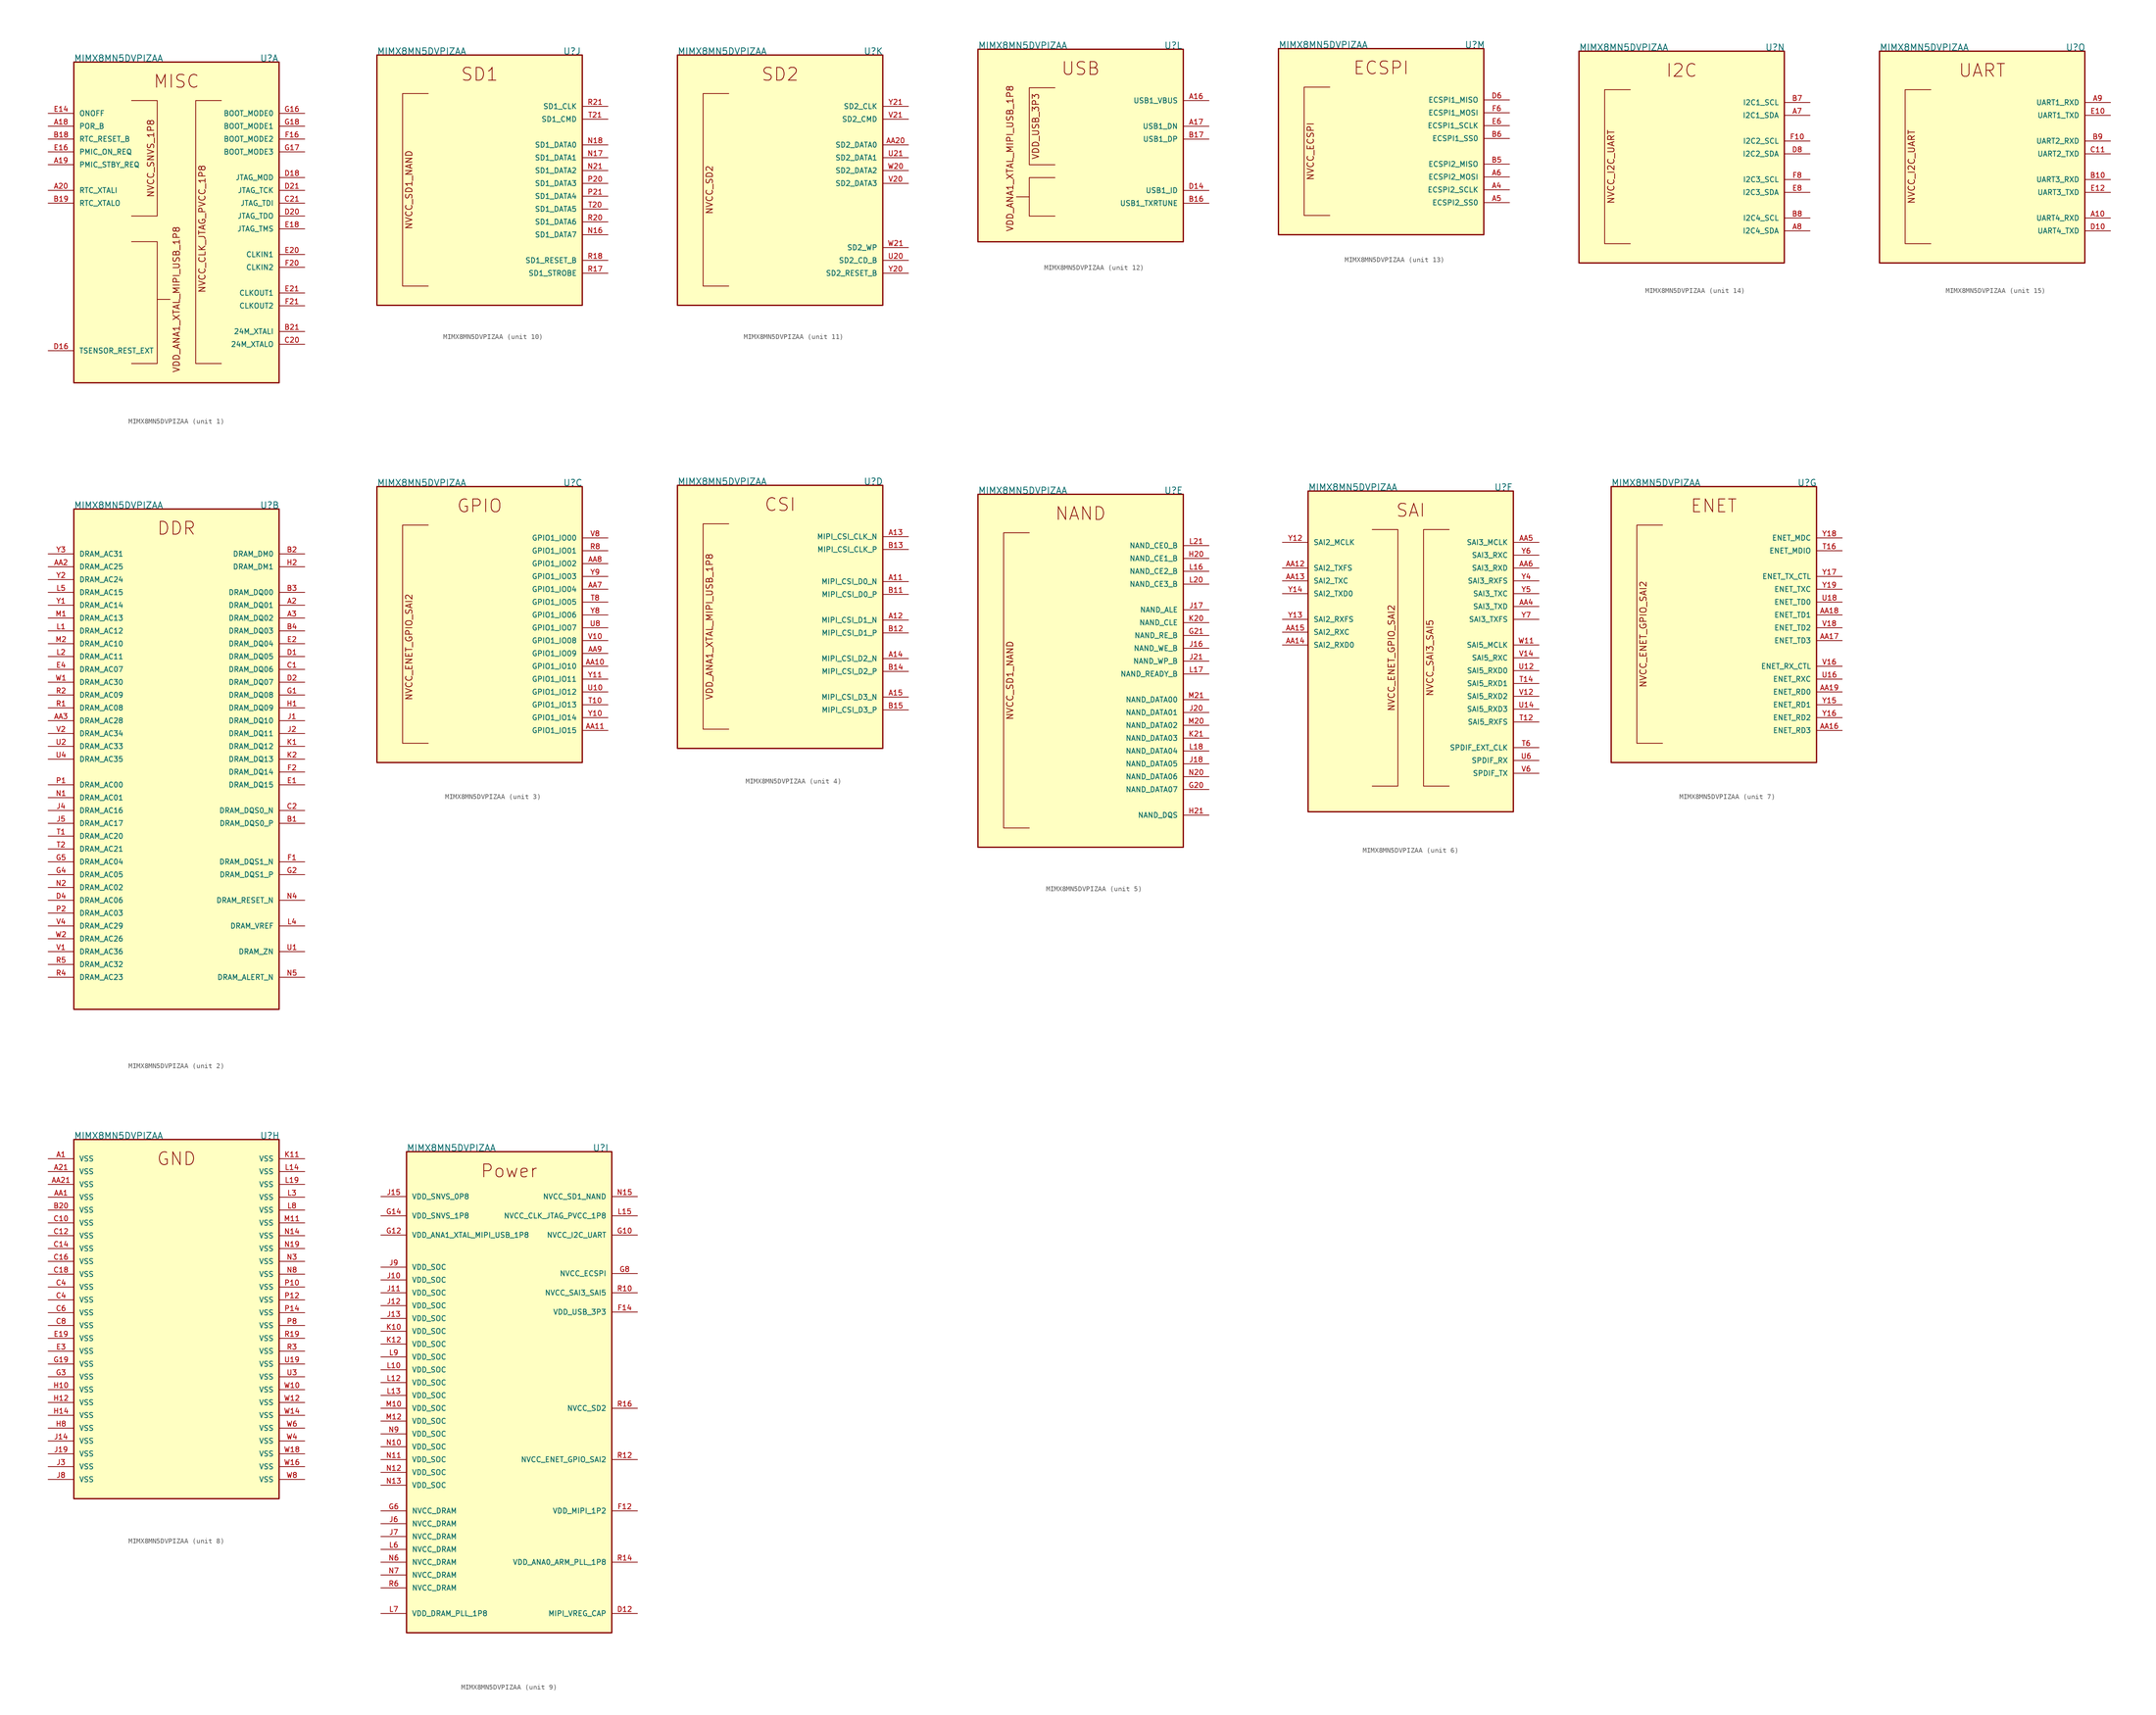
<source format=kicad_sym>
(kicad_symbol_lib
  (version 20211014)
  (generator kicad_symbol_editor)
  (symbol "MIMX8MN5DVPIZAA"
    (pin_names
      (offset 1.016))
    (property "Reference" "U"
      (at 16.51 13.97 0)
      (effects (font (size 1.27 1.27)) (justify left bottom)))
    (property "Value" "MIMX8MN5DVPIZAA"
      (at -20.32 13.97 0)
      (effects (font (size 1.27 1.27)) (justify left bottom)))
    (property "ki_locked" ""
      (at 0 0 0)
      (effects (font (size 1.27 1.27))))
    (symbol "MIMX8MN5DVPIZAA_1_0"
      (rectangle (start -20.32 13.97) (end 20.32 -49.53) (stroke (width 0.254) (type default) (color 0 0 0 0)) (fill (type background)))
      (polyline (pts (xy -3.81 -33.02) (xy -1.27 -33.02)) (stroke (width 0.152) (type default) (color 0 0 0 0)) (fill (type none)))
      (text "MISC" (at 0 10.16 0) (effects (font (size 2.54 2.54))))
      (text "NVCC_CLK_JTAG_PVCC_1P8" (at 5.08 -19.05 900) (effects (font (size 1.27 1.27))))
      (text "NVCC_SNVS_1P8" (at -5.08 -5.08 900) (effects (font (size 1.27 1.27))))
      (text "VDD_ANA1_XTAL_MIPI_USB_1P8" (at 0 -33.02 900) (effects (font (size 1.27 1.27))))
      (pin bidirectional line (at -25.4 1.27 0) (length 5.08) (name "POR_B" (effects (font (size 1.016 1.016)))) (number "A18" (effects (font (size 1.016 1.016)))))
      (pin bidirectional line (at -25.4 -6.35 0) (length 5.08) (name "PMIC_STBY_REQ" (effects (font (size 1.016 1.016)))) (number "A19" (effects (font (size 1.016 1.016)))))
      (pin input line (at -25.4 -11.43 0) (length 5.08) (name "RTC_XTALI" (effects (font (size 1.016 1.016)))) (number "A20" (effects (font (size 1.016 1.016)))))
      (pin bidirectional line (at -25.4 -1.27 0) (length 5.08) (name "RTC_RESET_B" (effects (font (size 1.016 1.016)))) (number "B18" (effects (font (size 1.016 1.016)))))
      (pin output line (at -25.4 -13.97 0) (length 5.08) (name "RTC_XTALO" (effects (font (size 1.016 1.016)))) (number "B19" (effects (font (size 1.016 1.016)))))
      (pin input line (at 25.4 -39.37 180) (length 5.08) (name "24M_XTALI" (effects (font (size 1.016 1.016)))) (number "B21" (effects (font (size 1.016 1.016)))))
      (pin output line (at 25.4 -41.91 180) (length 5.08) (name "24M_XTALO" (effects (font (size 1.016 1.016)))) (number "C20" (effects (font (size 1.016 1.016)))))
      (pin bidirectional line (at 25.4 -13.97 180) (length 5.08) (name "JTAG_TDI" (effects (font (size 1.016 1.016)))) (number "C21" (effects (font (size 1.016 1.016)))))
      (pin passive line (at -25.4 -43.18 0) (length 5.08) (name "TSENSOR_REST_EXT" (effects (font (size 1.016 1.016)))) (number "D16" (effects (font (size 1.016 1.016)))))
      (pin bidirectional line (at 25.4 -8.89 180) (length 5.08) (name "JTAG_MOD" (effects (font (size 1.016 1.016)))) (number "D18" (effects (font (size 1.016 1.016)))))
      (pin bidirectional line (at 25.4 -16.51 180) (length 5.08) (name "JTAG_TDO" (effects (font (size 1.016 1.016)))) (number "D20" (effects (font (size 1.016 1.016)))))
      (pin bidirectional line (at 25.4 -11.43 180) (length 5.08) (name "JTAG_TCK" (effects (font (size 1.016 1.016)))) (number "D21" (effects (font (size 1.016 1.016)))))
      (pin bidirectional line (at -25.4 3.81 0) (length 5.08) (name "ONOFF" (effects (font (size 1.016 1.016)))) (number "E14" (effects (font (size 1.016 1.016)))))
      (pin bidirectional line (at -25.4 -3.81 0) (length 5.08) (name "PMIC_ON_REQ" (effects (font (size 1.016 1.016)))) (number "E16" (effects (font (size 1.016 1.016)))))
      (pin bidirectional line (at 25.4 -19.05 180) (length 5.08) (name "JTAG_TMS" (effects (font (size 1.016 1.016)))) (number "E18" (effects (font (size 1.016 1.016)))))
      (pin bidirectional line (at 25.4 -24.13 180) (length 5.08) (name "CLKIN1" (effects (font (size 1.016 1.016)))) (number "E20" (effects (font (size 1.016 1.016)))))
      (pin bidirectional line (at 25.4 -31.75 180) (length 5.08) (name "CLKOUT1" (effects (font (size 1.016 1.016)))) (number "E21" (effects (font (size 1.016 1.016)))))
      (pin bidirectional line (at 25.4 -1.27 180) (length 5.08) (name "BOOT_MODE2" (effects (font (size 1.016 1.016)))) (number "F16" (effects (font (size 1.016 1.016)))))
      (pin bidirectional line (at 25.4 -26.67 180) (length 5.08) (name "CLKIN2" (effects (font (size 1.016 1.016)))) (number "F20" (effects (font (size 1.016 1.016)))))
      (pin bidirectional line (at 25.4 -34.29 180) (length 5.08) (name "CLKOUT2" (effects (font (size 1.016 1.016)))) (number "F21" (effects (font (size 1.016 1.016)))))
      (pin bidirectional line (at 25.4 3.81 180) (length 5.08) (name "BOOT_MODE0" (effects (font (size 1.016 1.016)))) (number "G16" (effects (font (size 1.016 1.016)))))
      (pin bidirectional line (at 25.4 -3.81 180) (length 5.08) (name "BOOT_MODE3" (effects (font (size 1.016 1.016)))) (number "G17" (effects (font (size 1.016 1.016)))))
      (pin bidirectional line (at 25.4 1.27 180) (length 5.08) (name "BOOT_MODE1" (effects (font (size 1.016 1.016)))) (number "G18" (effects (font (size 1.016 1.016))))))
    (symbol "MIMX8MN5DVPIZAA_1_1"
      (polyline (pts (xy -8.89 -21.59) (xy -3.81 -21.59) (xy -3.81 -45.72) (xy -8.89 -45.72)) (stroke (width 0.152) (type default) (color 0 0 0 0)) (fill (type none)))
      (polyline (pts (xy -8.89 6.35) (xy -3.81 6.35) (xy -3.81 -16.51) (xy -8.89 -16.51)) (stroke (width 0.152) (type default) (color 0 0 0 0)) (fill (type none)))
      (polyline (pts (xy 8.89 6.35) (xy 3.81 6.35) (xy 3.81 -45.72) (xy 8.89 -45.72)) (stroke (width 0.152) (type default) (color 0 0 0 0)) (fill (type none))))
    (symbol "MIMX8MN5DVPIZAA_2_0"
      (rectangle (start -20.32 -85.09) (end 20.32 13.97) (stroke (width 0.254) (type default) (color 0 0 0 0)) (fill (type background)))
      (text "DDR" (at 0 10.16 0) (effects (font (size 2.54 2.54))))
      (pin bidirectional line (at 25.4 -5.08 180) (length 5.08) (name "DRAM_DQ01" (effects (font (size 1.016 1.016)))) (number "A2" (effects (font (size 1.016 1.016)))))
      (pin bidirectional line (at 25.4 -7.62 180) (length 5.08) (name "DRAM_DQ02" (effects (font (size 1.016 1.016)))) (number "A3" (effects (font (size 1.016 1.016)))))
      (pin bidirectional line (at -25.4 2.54 0) (length 5.08) (name "DRAM_AC25" (effects (font (size 1.016 1.016)))) (number "AA2" (effects (font (size 1.016 1.016)))))
      (pin bidirectional line (at -25.4 -27.94 0) (length 5.08) (name "DRAM_AC28" (effects (font (size 1.016 1.016)))) (number "AA3" (effects (font (size 1.016 1.016)))))
      (pin bidirectional line (at 25.4 -48.26 180) (length 5.08) (name "DRAM_DQS0_P" (effects (font (size 1.016 1.016)))) (number "B1" (effects (font (size 1.016 1.016)))))
      (pin bidirectional line (at 25.4 5.08 180) (length 5.08) (name "DRAM_DM0" (effects (font (size 1.016 1.016)))) (number "B2" (effects (font (size 1.016 1.016)))))
      (pin bidirectional line (at 25.4 -2.54 180) (length 5.08) (name "DRAM_DQ00" (effects (font (size 1.016 1.016)))) (number "B3" (effects (font (size 1.016 1.016)))))
      (pin bidirectional line (at 25.4 -10.16 180) (length 5.08) (name "DRAM_DQ03" (effects (font (size 1.016 1.016)))) (number "B4" (effects (font (size 1.016 1.016)))))
      (pin bidirectional line (at 25.4 -17.78 180) (length 5.08) (name "DRAM_DQ06" (effects (font (size 1.016 1.016)))) (number "C1" (effects (font (size 1.016 1.016)))))
      (pin bidirectional line (at 25.4 -45.72 180) (length 5.08) (name "DRAM_DQS0_N" (effects (font (size 1.016 1.016)))) (number "C2" (effects (font (size 1.016 1.016)))))
      (pin bidirectional line (at 25.4 -15.24 180) (length 5.08) (name "DRAM_DQ05" (effects (font (size 1.016 1.016)))) (number "D1" (effects (font (size 1.016 1.016)))))
      (pin bidirectional line (at 25.4 -20.32 180) (length 5.08) (name "DRAM_DQ07" (effects (font (size 1.016 1.016)))) (number "D2" (effects (font (size 1.016 1.016)))))
      (pin bidirectional line (at -25.4 -63.5 0) (length 5.08) (name "DRAM_AC06" (effects (font (size 1.016 1.016)))) (number "D4" (effects (font (size 1.016 1.016)))))
      (pin bidirectional line (at 25.4 -40.64 180) (length 5.08) (name "DRAM_DQ15" (effects (font (size 1.016 1.016)))) (number "E1" (effects (font (size 1.016 1.016)))))
      (pin bidirectional line (at 25.4 -12.7 180) (length 5.08) (name "DRAM_DQ04" (effects (font (size 1.016 1.016)))) (number "E2" (effects (font (size 1.016 1.016)))))
      (pin bidirectional line (at -25.4 -17.78 0) (length 5.08) (name "DRAM_AC07" (effects (font (size 1.016 1.016)))) (number "E4" (effects (font (size 1.016 1.016)))))
      (pin bidirectional line (at 25.4 -55.88 180) (length 5.08) (name "DRAM_DQS1_N" (effects (font (size 1.016 1.016)))) (number "F1" (effects (font (size 1.016 1.016)))))
      (pin bidirectional line (at 25.4 -38.1 180) (length 5.08) (name "DRAM_DQ14" (effects (font (size 1.016 1.016)))) (number "F2" (effects (font (size 1.016 1.016)))))
      (pin bidirectional line (at 25.4 -22.86 180) (length 5.08) (name "DRAM_DQ08" (effects (font (size 1.016 1.016)))) (number "G1" (effects (font (size 1.016 1.016)))))
      (pin bidirectional line (at 25.4 -58.42 180) (length 5.08) (name "DRAM_DQS1_P" (effects (font (size 1.016 1.016)))) (number "G2" (effects (font (size 1.016 1.016)))))
      (pin bidirectional line (at -25.4 -58.42 0) (length 5.08) (name "DRAM_AC05" (effects (font (size 1.016 1.016)))) (number "G4" (effects (font (size 1.016 1.016)))))
      (pin bidirectional line (at -25.4 -55.88 0) (length 5.08) (name "DRAM_AC04" (effects (font (size 1.016 1.016)))) (number "G5" (effects (font (size 1.016 1.016)))))
      (pin bidirectional line (at 25.4 -25.4 180) (length 5.08) (name "DRAM_DQ09" (effects (font (size 1.016 1.016)))) (number "H1" (effects (font (size 1.016 1.016)))))
      (pin bidirectional line (at 25.4 2.54 180) (length 5.08) (name "DRAM_DM1" (effects (font (size 1.016 1.016)))) (number "H2" (effects (font (size 1.016 1.016)))))
      (pin bidirectional line (at 25.4 -27.94 180) (length 5.08) (name "DRAM_DQ10" (effects (font (size 1.016 1.016)))) (number "J1" (effects (font (size 1.016 1.016)))))
      (pin bidirectional line (at 25.4 -30.48 180) (length 5.08) (name "DRAM_DQ11" (effects (font (size 1.016 1.016)))) (number "J2" (effects (font (size 1.016 1.016)))))
      (pin bidirectional line (at -25.4 -45.72 0) (length 5.08) (name "DRAM_AC16" (effects (font (size 1.016 1.016)))) (number "J4" (effects (font (size 1.016 1.016)))))
      (pin bidirectional line (at -25.4 -48.26 0) (length 5.08) (name "DRAM_AC17" (effects (font (size 1.016 1.016)))) (number "J5" (effects (font (size 1.016 1.016)))))
      (pin bidirectional line (at 25.4 -33.02 180) (length 5.08) (name "DRAM_DQ12" (effects (font (size 1.016 1.016)))) (number "K1" (effects (font (size 1.016 1.016)))))
      (pin bidirectional line (at 25.4 -35.56 180) (length 5.08) (name "DRAM_DQ13" (effects (font (size 1.016 1.016)))) (number "K2" (effects (font (size 1.016 1.016)))))
      (pin bidirectional line (at -25.4 -10.16 0) (length 5.08) (name "DRAM_AC12" (effects (font (size 1.016 1.016)))) (number "L1" (effects (font (size 1.016 1.016)))))
      (pin bidirectional line (at -25.4 -15.24 0) (length 5.08) (name "DRAM_AC11" (effects (font (size 1.016 1.016)))) (number "L2" (effects (font (size 1.016 1.016)))))
      (pin bidirectional line (at 25.4 -68.58 180) (length 5.08) (name "DRAM_VREF" (effects (font (size 1.016 1.016)))) (number "L4" (effects (font (size 1.016 1.016)))))
      (pin bidirectional line (at -25.4 -2.54 0) (length 5.08) (name "DRAM_AC15" (effects (font (size 1.016 1.016)))) (number "L5" (effects (font (size 1.016 1.016)))))
      (pin bidirectional line (at -25.4 -7.62 0) (length 5.08) (name "DRAM_AC13" (effects (font (size 1.016 1.016)))) (number "M1" (effects (font (size 1.016 1.016)))))
      (pin bidirectional line (at -25.4 -12.7 0) (length 5.08) (name "DRAM_AC10" (effects (font (size 1.016 1.016)))) (number "M2" (effects (font (size 1.016 1.016)))))
      (pin bidirectional line (at -25.4 -43.18 0) (length 5.08) (name "DRAM_AC01" (effects (font (size 1.016 1.016)))) (number "N1" (effects (font (size 1.016 1.016)))))
      (pin bidirectional line (at -25.4 -60.96 0) (length 5.08) (name "DRAM_AC02" (effects (font (size 1.016 1.016)))) (number "N2" (effects (font (size 1.016 1.016)))))
      (pin bidirectional line (at 25.4 -63.5 180) (length 5.08) (name "DRAM_RESET_N" (effects (font (size 1.016 1.016)))) (number "N4" (effects (font (size 1.016 1.016)))))
      (pin bidirectional line (at 25.4 -78.74 180) (length 5.08) (name "DRAM_ALERT_N" (effects (font (size 1.016 1.016)))) (number "N5" (effects (font (size 1.016 1.016)))))
      (pin bidirectional line (at -25.4 -40.64 0) (length 5.08) (name "DRAM_AC00" (effects (font (size 1.016 1.016)))) (number "P1" (effects (font (size 1.016 1.016)))))
      (pin bidirectional line (at -25.4 -66.04 0) (length 5.08) (name "DRAM_AC03" (effects (font (size 1.016 1.016)))) (number "P2" (effects (font (size 1.016 1.016)))))
      (pin bidirectional line (at -25.4 -25.4 0) (length 5.08) (name "DRAM_AC08" (effects (font (size 1.016 1.016)))) (number "R1" (effects (font (size 1.016 1.016)))))
      (pin bidirectional line (at -25.4 -22.86 0) (length 5.08) (name "DRAM_AC09" (effects (font (size 1.016 1.016)))) (number "R2" (effects (font (size 1.016 1.016)))))
      (pin bidirectional line (at -25.4 -78.74 0) (length 5.08) (name "DRAM_AC23" (effects (font (size 1.016 1.016)))) (number "R4" (effects (font (size 1.016 1.016)))))
      (pin bidirectional line (at -25.4 -76.2 0) (length 5.08) (name "DRAM_AC32" (effects (font (size 1.016 1.016)))) (number "R5" (effects (font (size 1.016 1.016)))))
      (pin bidirectional line (at -25.4 -50.8 0) (length 5.08) (name "DRAM_AC20" (effects (font (size 1.016 1.016)))) (number "T1" (effects (font (size 1.016 1.016)))))
      (pin bidirectional line (at -25.4 -53.34 0) (length 5.08) (name "DRAM_AC21" (effects (font (size 1.016 1.016)))) (number "T2" (effects (font (size 1.016 1.016)))))
      (pin bidirectional line (at 25.4 -73.66 180) (length 5.08) (name "DRAM_ZN" (effects (font (size 1.016 1.016)))) (number "U1" (effects (font (size 1.016 1.016)))))
      (pin bidirectional line (at -25.4 -33.02 0) (length 5.08) (name "DRAM_AC33" (effects (font (size 1.016 1.016)))) (number "U2" (effects (font (size 1.016 1.016)))))
      (pin bidirectional line (at -25.4 -35.56 0) (length 5.08) (name "DRAM_AC35" (effects (font (size 1.016 1.016)))) (number "U4" (effects (font (size 1.016 1.016)))))
      (pin bidirectional line (at -25.4 -73.66 0) (length 5.08) (name "DRAM_AC36" (effects (font (size 1.016 1.016)))) (number "V1" (effects (font (size 1.016 1.016)))))
      (pin bidirectional line (at -25.4 -30.48 0) (length 5.08) (name "DRAM_AC34" (effects (font (size 1.016 1.016)))) (number "V2" (effects (font (size 1.016 1.016)))))
      (pin bidirectional line (at -25.4 -68.58 0) (length 5.08) (name "DRAM_AC29" (effects (font (size 1.016 1.016)))) (number "V4" (effects (font (size 1.016 1.016)))))
      (pin bidirectional line (at -25.4 -20.32 0) (length 5.08) (name "DRAM_AC30" (effects (font (size 1.016 1.016)))) (number "W1" (effects (font (size 1.016 1.016)))))
      (pin bidirectional line (at -25.4 -71.12 0) (length 5.08) (name "DRAM_AC26" (effects (font (size 1.016 1.016)))) (number "W2" (effects (font (size 1.016 1.016)))))
      (pin bidirectional line (at -25.4 -5.08 0) (length 5.08) (name "DRAM_AC14" (effects (font (size 1.016 1.016)))) (number "Y1" (effects (font (size 1.016 1.016)))))
      (pin bidirectional line (at -25.4 0 0) (length 5.08) (name "DRAM_AC24" (effects (font (size 1.016 1.016)))) (number "Y2" (effects (font (size 1.016 1.016)))))
      (pin bidirectional line (at -25.4 5.08 0) (length 5.08) (name "DRAM_AC31" (effects (font (size 1.016 1.016)))) (number "Y3" (effects (font (size 1.016 1.016))))))
    (symbol "MIMX8MN5DVPIZAA_3_0"
      (rectangle (start -20.32 13.97) (end 20.32 -40.64) (stroke (width 0.254) (type default) (color 0 0 0 0)) (fill (type background)))
      (text "GPIO" (at 0 10.16 0) (effects (font (size 2.54 2.54))))
      (text "NVCC_ENET_GPIO_SAI2" (at -13.97 -17.78 900) (effects (font (size 1.27 1.27))))
      (pin bidirectional line (at 25.4 -21.59 180) (length 5.08) (name "GPIO1_IO10" (effects (font (size 1.016 1.016)))) (number "AA10" (effects (font (size 1.016 1.016)))))
      (pin bidirectional line (at 25.4 -34.29 180) (length 5.08) (name "GPIO1_IO15" (effects (font (size 1.016 1.016)))) (number "AA11" (effects (font (size 1.016 1.016)))))
      (pin bidirectional line (at 25.4 -6.35 180) (length 5.08) (name "GPIO1_IO04" (effects (font (size 1.016 1.016)))) (number "AA7" (effects (font (size 1.016 1.016)))))
      (pin bidirectional line (at 25.4 -1.27 180) (length 5.08) (name "GPIO1_IO02" (effects (font (size 1.016 1.016)))) (number "AA8" (effects (font (size 1.016 1.016)))))
      (pin bidirectional line (at 25.4 -19.05 180) (length 5.08) (name "GPIO1_IO09" (effects (font (size 1.016 1.016)))) (number "AA9" (effects (font (size 1.016 1.016)))))
      (pin bidirectional line (at 25.4 1.27 180) (length 5.08) (name "GPIO1_IO01" (effects (font (size 1.016 1.016)))) (number "R8" (effects (font (size 1.016 1.016)))))
      (pin bidirectional line (at 25.4 -29.21 180) (length 5.08) (name "GPIO1_IO13" (effects (font (size 1.016 1.016)))) (number "T10" (effects (font (size 1.016 1.016)))))
      (pin bidirectional line (at 25.4 -8.89 180) (length 5.08) (name "GPIO1_IO05" (effects (font (size 1.016 1.016)))) (number "T8" (effects (font (size 1.016 1.016)))))
      (pin bidirectional line (at 25.4 -26.67 180) (length 5.08) (name "GPIO1_IO12" (effects (font (size 1.016 1.016)))) (number "U10" (effects (font (size 1.016 1.016)))))
      (pin bidirectional line (at 25.4 -13.97 180) (length 5.08) (name "GPIO1_IO07" (effects (font (size 1.016 1.016)))) (number "U8" (effects (font (size 1.016 1.016)))))
      (pin bidirectional line (at 25.4 -16.51 180) (length 5.08) (name "GPIO1_IO08" (effects (font (size 1.016 1.016)))) (number "V10" (effects (font (size 1.016 1.016)))))
      (pin bidirectional line (at 25.4 3.81 180) (length 5.08) (name "GPIO1_IO00" (effects (font (size 1.016 1.016)))) (number "V8" (effects (font (size 1.016 1.016)))))
      (pin bidirectional line (at 25.4 -31.75 180) (length 5.08) (name "GPIO1_IO14" (effects (font (size 1.016 1.016)))) (number "Y10" (effects (font (size 1.016 1.016)))))
      (pin bidirectional line (at 25.4 -24.13 180) (length 5.08) (name "GPIO1_IO11" (effects (font (size 1.016 1.016)))) (number "Y11" (effects (font (size 1.016 1.016)))))
      (pin bidirectional line (at 25.4 -11.43 180) (length 5.08) (name "GPIO1_IO06" (effects (font (size 1.016 1.016)))) (number "Y8" (effects (font (size 1.016 1.016)))))
      (pin bidirectional line (at 25.4 -3.81 180) (length 5.08) (name "GPIO1_IO03" (effects (font (size 1.016 1.016)))) (number "Y9" (effects (font (size 1.016 1.016))))))
    (symbol "MIMX8MN5DVPIZAA_3_1"
      (polyline (pts (xy -10.16 6.35) (xy -15.24 6.35) (xy -15.24 -36.83) (xy -10.16 -36.83)) (stroke (width 0.152) (type default) (color 0 0 0 0)) (fill (type none))))
    (symbol "MIMX8MN5DVPIZAA_4_0"
      (rectangle (start -20.32 13.97) (end 20.32 -38.1) (stroke (width 0.254) (type default) (color 0 0 0 0)) (fill (type background)))
      (text "CSI" (at 0 10.16 0) (effects (font (size 2.54 2.54))))
      (text "VDD_ANA1_XTAL_MIPI_USB_1P8" (at -13.97 -13.97 900) (effects (font (size 1.27 1.27))))
      (pin bidirectional line (at 25.4 -5.08 180) (length 5.08) (name "MIPI_CSI_D0_N" (effects (font (size 1.016 1.016)))) (number "A11" (effects (font (size 1.016 1.016)))))
      (pin bidirectional line (at 25.4 -12.7 180) (length 5.08) (name "MIPI_CSI_D1_N" (effects (font (size 1.016 1.016)))) (number "A12" (effects (font (size 1.016 1.016)))))
      (pin bidirectional line (at 25.4 3.81 180) (length 5.08) (name "MIPI_CSI_CLK_N" (effects (font (size 1.016 1.016)))) (number "A13" (effects (font (size 1.016 1.016)))))
      (pin bidirectional line (at 25.4 -20.32 180) (length 5.08) (name "MIPI_CSI_D2_N" (effects (font (size 1.016 1.016)))) (number "A14" (effects (font (size 1.016 1.016)))))
      (pin bidirectional line (at 25.4 -27.94 180) (length 5.08) (name "MIPI_CSI_D3_N" (effects (font (size 1.016 1.016)))) (number "A15" (effects (font (size 1.016 1.016)))))
      (pin bidirectional line (at 25.4 -7.62 180) (length 5.08) (name "MIPI_CSI_D0_P" (effects (font (size 1.016 1.016)))) (number "B11" (effects (font (size 1.016 1.016)))))
      (pin bidirectional line (at 25.4 -15.24 180) (length 5.08) (name "MIPI_CSI_D1_P" (effects (font (size 1.016 1.016)))) (number "B12" (effects (font (size 1.016 1.016)))))
      (pin bidirectional line (at 25.4 1.27 180) (length 5.08) (name "MIPI_CSI_CLK_P" (effects (font (size 1.016 1.016)))) (number "B13" (effects (font (size 1.016 1.016)))))
      (pin bidirectional line (at 25.4 -22.86 180) (length 5.08) (name "MIPI_CSI_D2_P" (effects (font (size 1.016 1.016)))) (number "B14" (effects (font (size 1.016 1.016)))))
      (pin bidirectional line (at 25.4 -30.48 180) (length 5.08) (name "MIPI_CSI_D3_P" (effects (font (size 1.016 1.016)))) (number "B15" (effects (font (size 1.016 1.016))))))
    (symbol "MIMX8MN5DVPIZAA_4_1"
      (polyline (pts (xy -10.16 6.35) (xy -15.24 6.35) (xy -15.24 -34.29) (xy -10.16 -34.29)) (stroke (width 0.152) (type default) (color 0 0 0 0)) (fill (type none))))
    (symbol "MIMX8MN5DVPIZAA_5_0"
      (rectangle (start -20.32 13.97) (end 20.32 -55.88) (stroke (width 0.254) (type default) (color 0 0 0 0)) (fill (type background)))
      (text "NAND" (at 0 10.16 0) (effects (font (size 2.54 2.54))))
      (text "NVCC_SD1_NAND" (at -13.97 -22.86 900) (effects (font (size 1.27 1.27))))
      (pin bidirectional line (at 25.4 -44.45 180) (length 5.08) (name "NAND_DATA07" (effects (font (size 1.016 1.016)))) (number "G20" (effects (font (size 1.016 1.016)))))
      (pin bidirectional line (at 25.4 -13.97 180) (length 5.08) (name "NAND_RE_B" (effects (font (size 1.016 1.016)))) (number "G21" (effects (font (size 1.016 1.016)))))
      (pin bidirectional line (at 25.4 1.27 180) (length 5.08) (name "NAND_CE1_B" (effects (font (size 1.016 1.016)))) (number "H20" (effects (font (size 1.016 1.016)))))
      (pin bidirectional line (at 25.4 -49.53 180) (length 5.08) (name "NAND_DQS" (effects (font (size 1.016 1.016)))) (number "H21" (effects (font (size 1.016 1.016)))))
      (pin bidirectional line (at 25.4 -16.51 180) (length 5.08) (name "NAND_WE_B" (effects (font (size 1.016 1.016)))) (number "J16" (effects (font (size 1.016 1.016)))))
      (pin bidirectional line (at 25.4 -8.89 180) (length 5.08) (name "NAND_ALE" (effects (font (size 1.016 1.016)))) (number "J17" (effects (font (size 1.016 1.016)))))
      (pin bidirectional line (at 25.4 -39.37 180) (length 5.08) (name "NAND_DATA05" (effects (font (size 1.016 1.016)))) (number "J18" (effects (font (size 1.016 1.016)))))
      (pin bidirectional line (at 25.4 -29.21 180) (length 5.08) (name "NAND_DATA01" (effects (font (size 1.016 1.016)))) (number "J20" (effects (font (size 1.016 1.016)))))
      (pin bidirectional line (at 25.4 -19.05 180) (length 5.08) (name "NAND_WP_B" (effects (font (size 1.016 1.016)))) (number "J21" (effects (font (size 1.016 1.016)))))
      (pin bidirectional line (at 25.4 -11.43 180) (length 5.08) (name "NAND_CLE" (effects (font (size 1.016 1.016)))) (number "K20" (effects (font (size 1.016 1.016)))))
      (pin bidirectional line (at 25.4 -34.29 180) (length 5.08) (name "NAND_DATA03" (effects (font (size 1.016 1.016)))) (number "K21" (effects (font (size 1.016 1.016)))))
      (pin bidirectional line (at 25.4 -1.27 180) (length 5.08) (name "NAND_CE2_B" (effects (font (size 1.016 1.016)))) (number "L16" (effects (font (size 1.016 1.016)))))
      (pin bidirectional line (at 25.4 -21.59 180) (length 5.08) (name "NAND_READY_B" (effects (font (size 1.016 1.016)))) (number "L17" (effects (font (size 1.016 1.016)))))
      (pin bidirectional line (at 25.4 -36.83 180) (length 5.08) (name "NAND_DATA04" (effects (font (size 1.016 1.016)))) (number "L18" (effects (font (size 1.016 1.016)))))
      (pin bidirectional line (at 25.4 -3.81 180) (length 5.08) (name "NAND_CE3_B" (effects (font (size 1.016 1.016)))) (number "L20" (effects (font (size 1.016 1.016)))))
      (pin bidirectional line (at 25.4 3.81 180) (length 5.08) (name "NAND_CE0_B" (effects (font (size 1.016 1.016)))) (number "L21" (effects (font (size 1.016 1.016)))))
      (pin bidirectional line (at 25.4 -31.75 180) (length 5.08) (name "NAND_DATA02" (effects (font (size 1.016 1.016)))) (number "M20" (effects (font (size 1.016 1.016)))))
      (pin bidirectional line (at 25.4 -26.67 180) (length 5.08) (name "NAND_DATA00" (effects (font (size 1.016 1.016)))) (number "M21" (effects (font (size 1.016 1.016)))))
      (pin bidirectional line (at 25.4 -41.91 180) (length 5.08) (name "NAND_DATA06" (effects (font (size 1.016 1.016)))) (number "N20" (effects (font (size 1.016 1.016))))))
    (symbol "MIMX8MN5DVPIZAA_5_1"
      (polyline (pts (xy -10.16 6.35) (xy -15.24 6.35) (xy -15.24 -52.07) (xy -10.16 -52.07)) (stroke (width 0.152) (type default) (color 0 0 0 0)) (fill (type none))))
    (symbol "MIMX8MN5DVPIZAA_6_0"
      (rectangle (start -20.32 13.97) (end 20.32 -49.53) (stroke (width 0.254) (type default) (color 0 0 0 0)) (fill (type background)))
      (text "NVCC_ENET_GPIO_SAI2" (at -3.81 -19.05 900) (effects (font (size 1.27 1.27))))
      (text "NVCC_SAI3_SAI5" (at 3.81 -19.05 900) (effects (font (size 1.27 1.27))))
      (text "SAI" (at 0 10.16 0) (effects (font (size 2.54 2.54))))
      (pin bidirectional line (at -25.4 -1.27 0) (length 5.08) (name "SAI2_TXFS" (effects (font (size 1.016 1.016)))) (number "AA12" (effects (font (size 1.016 1.016)))))
      (pin bidirectional line (at -25.4 -3.81 0) (length 5.08) (name "SAI2_TXC" (effects (font (size 1.016 1.016)))) (number "AA13" (effects (font (size 1.016 1.016)))))
      (pin bidirectional line (at -25.4 -16.51 0) (length 5.08) (name "SAI2_RXD0" (effects (font (size 1.016 1.016)))) (number "AA14" (effects (font (size 1.016 1.016)))))
      (pin bidirectional line (at -25.4 -13.97 0) (length 5.08) (name "SAI2_RXC" (effects (font (size 1.016 1.016)))) (number "AA15" (effects (font (size 1.016 1.016)))))
      (pin bidirectional line (at 25.4 -8.89 180) (length 5.08) (name "SAI3_TXD" (effects (font (size 1.016 1.016)))) (number "AA4" (effects (font (size 1.016 1.016)))))
      (pin bidirectional line (at 25.4 3.81 180) (length 5.08) (name "SAI3_MCLK" (effects (font (size 1.016 1.016)))) (number "AA5" (effects (font (size 1.016 1.016)))))
      (pin bidirectional line (at 25.4 -1.27 180) (length 5.08) (name "SAI3_RXD" (effects (font (size 1.016 1.016)))) (number "AA6" (effects (font (size 1.016 1.016)))))
      (pin bidirectional line (at 25.4 -31.75 180) (length 5.08) (name "SAI5_RXFS" (effects (font (size 1.016 1.016)))) (number "T12" (effects (font (size 1.016 1.016)))))
      (pin bidirectional line (at 25.4 -24.13 180) (length 5.08) (name "SAI5_RXD1" (effects (font (size 1.016 1.016)))) (number "T14" (effects (font (size 1.016 1.016)))))
      (pin bidirectional line (at 25.4 -36.83 180) (length 5.08) (name "SPDIF_EXT_CLK" (effects (font (size 1.016 1.016)))) (number "T6" (effects (font (size 1.016 1.016)))))
      (pin bidirectional line (at 25.4 -21.59 180) (length 5.08) (name "SAI5_RXD0" (effects (font (size 1.016 1.016)))) (number "U12" (effects (font (size 1.016 1.016)))))
      (pin bidirectional line (at 25.4 -29.21 180) (length 5.08) (name "SAI5_RXD3" (effects (font (size 1.016 1.016)))) (number "U14" (effects (font (size 1.016 1.016)))))
      (pin bidirectional line (at 25.4 -39.37 180) (length 5.08) (name "SPDIF_RX" (effects (font (size 1.016 1.016)))) (number "U6" (effects (font (size 1.016 1.016)))))
      (pin bidirectional line (at 25.4 -26.67 180) (length 5.08) (name "SAI5_RXD2" (effects (font (size 1.016 1.016)))) (number "V12" (effects (font (size 1.016 1.016)))))
      (pin bidirectional line (at 25.4 -19.05 180) (length 5.08) (name "SAI5_RXC" (effects (font (size 1.016 1.016)))) (number "V14" (effects (font (size 1.016 1.016)))))
      (pin bidirectional line (at 25.4 -41.91 180) (length 5.08) (name "SPDIF_TX" (effects (font (size 1.016 1.016)))) (number "V6" (effects (font (size 1.016 1.016)))))
      (pin bidirectional line (at 25.4 -16.51 180) (length 5.08) (name "SAI5_MCLK" (effects (font (size 1.016 1.016)))) (number "W11" (effects (font (size 1.016 1.016)))))
      (pin bidirectional line (at -25.4 3.81 0) (length 5.08) (name "SAI2_MCLK" (effects (font (size 1.016 1.016)))) (number "Y12" (effects (font (size 1.016 1.016)))))
      (pin bidirectional line (at -25.4 -11.43 0) (length 5.08) (name "SAI2_RXFS" (effects (font (size 1.016 1.016)))) (number "Y13" (effects (font (size 1.016 1.016)))))
      (pin bidirectional line (at -25.4 -6.35 0) (length 5.08) (name "SAI2_TXD0" (effects (font (size 1.016 1.016)))) (number "Y14" (effects (font (size 1.016 1.016)))))
      (pin bidirectional line (at 25.4 -3.81 180) (length 5.08) (name "SAI3_RXFS" (effects (font (size 1.016 1.016)))) (number "Y4" (effects (font (size 1.016 1.016)))))
      (pin bidirectional line (at 25.4 -6.35 180) (length 5.08) (name "SAI3_TXC" (effects (font (size 1.016 1.016)))) (number "Y5" (effects (font (size 1.016 1.016)))))
      (pin bidirectional line (at 25.4 1.27 180) (length 5.08) (name "SAI3_RXC" (effects (font (size 1.016 1.016)))) (number "Y6" (effects (font (size 1.016 1.016)))))
      (pin bidirectional line (at 25.4 -11.43 180) (length 5.08) (name "SAI3_TXFS" (effects (font (size 1.016 1.016)))) (number "Y7" (effects (font (size 1.016 1.016))))))
    (symbol "MIMX8MN5DVPIZAA_6_1"
      (polyline (pts (xy -7.62 6.35) (xy -2.54 6.35) (xy -2.54 -44.45) (xy -7.62 -44.45)) (stroke (width 0.152) (type default) (color 0 0 0 0)) (fill (type none)))
      (polyline (pts (xy 7.62 6.35) (xy 2.54 6.35) (xy 2.54 -44.45) (xy 7.62 -44.45)) (stroke (width 0.152) (type default) (color 0 0 0 0)) (fill (type none))))
    (symbol "MIMX8MN5DVPIZAA_7_0"
      (rectangle (start -20.32 13.97) (end 20.32 -40.64) (stroke (width 0.254) (type default) (color 0 0 0 0)) (fill (type background)))
      (text "ENET" (at 0 10.16 0) (effects (font (size 2.54 2.54))))
      (text "NVCC_ENET_GPIO_SAI2" (at -13.97 -15.24 900) (effects (font (size 1.27 1.27))))
      (pin bidirectional line (at 25.4 -34.29 180) (length 5.08) (name "ENET_RD3" (effects (font (size 1.016 1.016)))) (number "AA16" (effects (font (size 1.016 1.016)))))
      (pin bidirectional line (at 25.4 -16.51 180) (length 5.08) (name "ENET_TD3" (effects (font (size 1.016 1.016)))) (number "AA17" (effects (font (size 1.016 1.016)))))
      (pin bidirectional line (at 25.4 -11.43 180) (length 5.08) (name "ENET_TD1" (effects (font (size 1.016 1.016)))) (number "AA18" (effects (font (size 1.016 1.016)))))
      (pin bidirectional line (at 25.4 -26.67 180) (length 5.08) (name "ENET_RD0" (effects (font (size 1.016 1.016)))) (number "AA19" (effects (font (size 1.016 1.016)))))
      (pin bidirectional line (at 25.4 1.27 180) (length 5.08) (name "ENET_MDIO" (effects (font (size 1.016 1.016)))) (number "T16" (effects (font (size 1.016 1.016)))))
      (pin bidirectional line (at 25.4 -24.13 180) (length 5.08) (name "ENET_RXC" (effects (font (size 1.016 1.016)))) (number "U16" (effects (font (size 1.016 1.016)))))
      (pin bidirectional line (at 25.4 -8.89 180) (length 5.08) (name "ENET_TD0" (effects (font (size 1.016 1.016)))) (number "U18" (effects (font (size 1.016 1.016)))))
      (pin bidirectional line (at 25.4 -21.59 180) (length 5.08) (name "ENET_RX_CTL" (effects (font (size 1.016 1.016)))) (number "V16" (effects (font (size 1.016 1.016)))))
      (pin bidirectional line (at 25.4 -13.97 180) (length 5.08) (name "ENET_TD2" (effects (font (size 1.016 1.016)))) (number "V18" (effects (font (size 1.016 1.016)))))
      (pin bidirectional line (at 25.4 -29.21 180) (length 5.08) (name "ENET_RD1" (effects (font (size 1.016 1.016)))) (number "Y15" (effects (font (size 1.016 1.016)))))
      (pin bidirectional line (at 25.4 -31.75 180) (length 5.08) (name "ENET_RD2" (effects (font (size 1.016 1.016)))) (number "Y16" (effects (font (size 1.016 1.016)))))
      (pin bidirectional line (at 25.4 -3.81 180) (length 5.08) (name "ENET_TX_CTL" (effects (font (size 1.016 1.016)))) (number "Y17" (effects (font (size 1.016 1.016)))))
      (pin bidirectional line (at 25.4 3.81 180) (length 5.08) (name "ENET_MDC" (effects (font (size 1.016 1.016)))) (number "Y18" (effects (font (size 1.016 1.016)))))
      (pin bidirectional line (at 25.4 -6.35 180) (length 5.08) (name "ENET_TXC" (effects (font (size 1.016 1.016)))) (number "Y19" (effects (font (size 1.016 1.016))))))
    (symbol "MIMX8MN5DVPIZAA_7_1"
      (polyline (pts (xy -10.16 6.35) (xy -15.24 6.35) (xy -15.24 -36.83) (xy -10.16 -36.83)) (stroke (width 0.152) (type default) (color 0 0 0 0)) (fill (type none))))
    (symbol "MIMX8MN5DVPIZAA_8_0"
      (rectangle (start -20.32 13.97) (end 20.32 -57.15) (stroke (width 0.254) (type default) (color 0 0 0 0)) (fill (type background)))
      (text "GND" (at 0 10.16 0) (effects (font (size 2.54 2.54))))
      (pin power_in line (at -25.4 10.16 0) (length 5.08) (name "VSS" (effects (font (size 1.016 1.016)))) (number "A1" (effects (font (size 1.016 1.016)))))
      (pin power_in line (at -25.4 7.62 0) (length 5.08) (name "VSS" (effects (font (size 1.016 1.016)))) (number "A21" (effects (font (size 1.016 1.016)))))
      (pin power_in line (at -25.4 2.54 0) (length 5.08) (name "VSS" (effects (font (size 1.016 1.016)))) (number "AA1" (effects (font (size 1.016 1.016)))))
      (pin power_in line (at -25.4 5.08 0) (length 5.08) (name "VSS" (effects (font (size 1.016 1.016)))) (number "AA21" (effects (font (size 1.016 1.016)))))
      (pin power_in line (at -25.4 0 0) (length 5.08) (name "VSS" (effects (font (size 1.016 1.016)))) (number "B20" (effects (font (size 1.016 1.016)))))
      (pin power_in line (at -25.4 -2.54 0) (length 5.08) (name "VSS" (effects (font (size 1.016 1.016)))) (number "C10" (effects (font (size 1.016 1.016)))))
      (pin power_in line (at -25.4 -5.08 0) (length 5.08) (name "VSS" (effects (font (size 1.016 1.016)))) (number "C12" (effects (font (size 1.016 1.016)))))
      (pin power_in line (at -25.4 -7.62 0) (length 5.08) (name "VSS" (effects (font (size 1.016 1.016)))) (number "C14" (effects (font (size 1.016 1.016)))))
      (pin power_in line (at -25.4 -10.16 0) (length 5.08) (name "VSS" (effects (font (size 1.016 1.016)))) (number "C16" (effects (font (size 1.016 1.016)))))
      (pin power_in line (at -25.4 -12.7 0) (length 5.08) (name "VSS" (effects (font (size 1.016 1.016)))) (number "C18" (effects (font (size 1.016 1.016)))))
      (pin power_in line (at -25.4 -17.78 0) (length 5.08) (name "VSS" (effects (font (size 1.016 1.016)))) (number "C4" (effects (font (size 1.016 1.016)))))
      (pin power_in line (at -25.4 -15.24 0) (length 5.08) (name "VSS" (effects (font (size 1.016 1.016)))) (number "C4" (effects (font (size 1.016 1.016)))))
      (pin power_in line (at -25.4 -20.32 0) (length 5.08) (name "VSS" (effects (font (size 1.016 1.016)))) (number "C6" (effects (font (size 1.016 1.016)))))
      (pin power_in line (at -25.4 -22.86 0) (length 5.08) (name "VSS" (effects (font (size 1.016 1.016)))) (number "C8" (effects (font (size 1.016 1.016)))))
      (pin power_in line (at -25.4 -25.4 0) (length 5.08) (name "VSS" (effects (font (size 1.016 1.016)))) (number "E19" (effects (font (size 1.016 1.016)))))
      (pin power_in line (at -25.4 -27.94 0) (length 5.08) (name "VSS" (effects (font (size 1.016 1.016)))) (number "E3" (effects (font (size 1.016 1.016)))))
      (pin power_in line (at -25.4 -30.48 0) (length 5.08) (name "VSS" (effects (font (size 1.016 1.016)))) (number "G19" (effects (font (size 1.016 1.016)))))
      (pin power_in line (at -25.4 -33.02 0) (length 5.08) (name "VSS" (effects (font (size 1.016 1.016)))) (number "G3" (effects (font (size 1.016 1.016)))))
      (pin power_in line (at -25.4 -35.56 0) (length 5.08) (name "VSS" (effects (font (size 1.016 1.016)))) (number "H10" (effects (font (size 1.016 1.016)))))
      (pin power_in line (at -25.4 -38.1 0) (length 5.08) (name "VSS" (effects (font (size 1.016 1.016)))) (number "H12" (effects (font (size 1.016 1.016)))))
      (pin power_in line (at -25.4 -40.64 0) (length 5.08) (name "VSS" (effects (font (size 1.016 1.016)))) (number "H14" (effects (font (size 1.016 1.016)))))
      (pin power_in line (at -25.4 -43.18 0) (length 5.08) (name "VSS" (effects (font (size 1.016 1.016)))) (number "H8" (effects (font (size 1.016 1.016)))))
      (pin power_in line (at -25.4 -45.72 0) (length 5.08) (name "VSS" (effects (font (size 1.016 1.016)))) (number "J14" (effects (font (size 1.016 1.016)))))
      (pin power_in line (at -25.4 -48.26 0) (length 5.08) (name "VSS" (effects (font (size 1.016 1.016)))) (number "J19" (effects (font (size 1.016 1.016)))))
      (pin power_in line (at -25.4 -50.8 0) (length 5.08) (name "VSS" (effects (font (size 1.016 1.016)))) (number "J3" (effects (font (size 1.016 1.016)))))
      (pin power_in line (at -25.4 -53.34 0) (length 5.08) (name "VSS" (effects (font (size 1.016 1.016)))) (number "J8" (effects (font (size 1.016 1.016)))))
      (pin power_in line (at 25.4 10.16 180) (length 5.08) (name "VSS" (effects (font (size 1.016 1.016)))) (number "K11" (effects (font (size 1.016 1.016)))))
      (pin power_in line (at 25.4 7.62 180) (length 5.08) (name "VSS" (effects (font (size 1.016 1.016)))) (number "L14" (effects (font (size 1.016 1.016)))))
      (pin power_in line (at 25.4 5.08 180) (length 5.08) (name "VSS" (effects (font (size 1.016 1.016)))) (number "L19" (effects (font (size 1.016 1.016)))))
      (pin power_in line (at 25.4 2.54 180) (length 5.08) (name "VSS" (effects (font (size 1.016 1.016)))) (number "L3" (effects (font (size 1.016 1.016)))))
      (pin power_in line (at 25.4 0 180) (length 5.08) (name "VSS" (effects (font (size 1.016 1.016)))) (number "L8" (effects (font (size 1.016 1.016)))))
      (pin power_in line (at 25.4 -2.54 180) (length 5.08) (name "VSS" (effects (font (size 1.016 1.016)))) (number "M11" (effects (font (size 1.016 1.016)))))
      (pin power_in line (at 25.4 -5.08 180) (length 5.08) (name "VSS" (effects (font (size 1.016 1.016)))) (number "N14" (effects (font (size 1.016 1.016)))))
      (pin power_in line (at 25.4 -7.62 180) (length 5.08) (name "VSS" (effects (font (size 1.016 1.016)))) (number "N19" (effects (font (size 1.016 1.016)))))
      (pin power_in line (at 25.4 -10.16 180) (length 5.08) (name "VSS" (effects (font (size 1.016 1.016)))) (number "N3" (effects (font (size 1.016 1.016)))))
      (pin power_in line (at 25.4 -12.7 180) (length 5.08) (name "VSS" (effects (font (size 1.016 1.016)))) (number "N8" (effects (font (size 1.016 1.016)))))
      (pin power_in line (at 25.4 -15.24 180) (length 5.08) (name "VSS" (effects (font (size 1.016 1.016)))) (number "P10" (effects (font (size 1.016 1.016)))))
      (pin power_in line (at 25.4 -17.78 180) (length 5.08) (name "VSS" (effects (font (size 1.016 1.016)))) (number "P12" (effects (font (size 1.016 1.016)))))
      (pin power_in line (at 25.4 -20.32 180) (length 5.08) (name "VSS" (effects (font (size 1.016 1.016)))) (number "P14" (effects (font (size 1.016 1.016)))))
      (pin power_in line (at 25.4 -22.86 180) (length 5.08) (name "VSS" (effects (font (size 1.016 1.016)))) (number "P8" (effects (font (size 1.016 1.016)))))
      (pin power_in line (at 25.4 -25.4 180) (length 5.08) (name "VSS" (effects (font (size 1.016 1.016)))) (number "R19" (effects (font (size 1.016 1.016)))))
      (pin power_in line (at 25.4 -27.94 180) (length 5.08) (name "VSS" (effects (font (size 1.016 1.016)))) (number "R3" (effects (font (size 1.016 1.016)))))
      (pin power_in line (at 25.4 -30.48 180) (length 5.08) (name "VSS" (effects (font (size 1.016 1.016)))) (number "U19" (effects (font (size 1.016 1.016)))))
      (pin power_in line (at 25.4 -33.02 180) (length 5.08) (name "VSS" (effects (font (size 1.016 1.016)))) (number "U3" (effects (font (size 1.016 1.016)))))
      (pin power_in line (at 25.4 -35.56 180) (length 5.08) (name "VSS" (effects (font (size 1.016 1.016)))) (number "W10" (effects (font (size 1.016 1.016)))))
      (pin power_in line (at 25.4 -38.1 180) (length 5.08) (name "VSS" (effects (font (size 1.016 1.016)))) (number "W12" (effects (font (size 1.016 1.016)))))
      (pin power_in line (at 25.4 -40.64 180) (length 5.08) (name "VSS" (effects (font (size 1.016 1.016)))) (number "W14" (effects (font (size 1.016 1.016)))))
      (pin power_in line (at 25.4 -50.8 180) (length 5.08) (name "VSS" (effects (font (size 1.016 1.016)))) (number "W16" (effects (font (size 1.016 1.016)))))
      (pin power_in line (at 25.4 -48.26 180) (length 5.08) (name "VSS" (effects (font (size 1.016 1.016)))) (number "W18" (effects (font (size 1.016 1.016)))))
      (pin power_in line (at 25.4 -45.72 180) (length 5.08) (name "VSS" (effects (font (size 1.016 1.016)))) (number "W4" (effects (font (size 1.016 1.016)))))
      (pin power_in line (at 25.4 -43.18 180) (length 5.08) (name "VSS" (effects (font (size 1.016 1.016)))) (number "W6" (effects (font (size 1.016 1.016)))))
      (pin power_in line (at 25.4 -53.34 180) (length 5.08) (name "VSS" (effects (font (size 1.016 1.016)))) (number "W8" (effects (font (size 1.016 1.016))))))
    (symbol "MIMX8MN5DVPIZAA_9_0"
      (rectangle (start -20.32 13.97) (end 20.32 -81.28) (stroke (width 0.254) (type default) (color 0 0 0 0)) (fill (type background)))
      (text "Power" (at 0 10.16 0) (effects (font (size 2.54 2.54))))
      (pin power_in line (at 25.4 -77.47 180) (length 5.08) (name "MIPI_VREG_CAP" (effects (font (size 1.016 1.016)))) (number "D12" (effects (font (size 1.016 1.016)))))
      (pin power_in line (at 25.4 -57.15 180) (length 5.08) (name "VDD_MIPI_1P2" (effects (font (size 1.016 1.016)))) (number "F12" (effects (font (size 1.016 1.016)))))
      (pin power_in line (at 25.4 -17.78 180) (length 5.08) (name "VDD_USB_3P3" (effects (font (size 1.016 1.016)))) (number "F14" (effects (font (size 1.016 1.016)))))
      (pin power_in line (at 25.4 -2.54 180) (length 5.08) (name "NVCC_I2C_UART" (effects (font (size 1.016 1.016)))) (number "G10" (effects (font (size 1.016 1.016)))))
      (pin power_in line (at -25.4 -2.54 0) (length 5.08) (name "VDD_ANA1_XTAL_MIPI_USB_1P8" (effects (font (size 1.016 1.016)))) (number "G12" (effects (font (size 1.016 1.016)))))
      (pin power_in line (at -25.4 1.27 0) (length 5.08) (name "VDD_SNVS_1P8" (effects (font (size 1.016 1.016)))) (number "G14" (effects (font (size 1.016 1.016)))))
      (pin power_in line (at -25.4 -57.15 0) (length 5.08) (name "NVCC_DRAM" (effects (font (size 1.016 1.016)))) (number "G6" (effects (font (size 1.016 1.016)))))
      (pin power_in line (at 25.4 -10.16 180) (length 5.08) (name "NVCC_ECSPI" (effects (font (size 1.016 1.016)))) (number "G8" (effects (font (size 1.016 1.016)))))
      (pin power_in line (at -25.4 -11.43 0) (length 5.08) (name "VDD_SOC" (effects (font (size 1.016 1.016)))) (number "J10" (effects (font (size 1.016 1.016)))))
      (pin power_in line (at -25.4 -13.97 0) (length 5.08) (name "VDD_SOC" (effects (font (size 1.016 1.016)))) (number "J11" (effects (font (size 1.016 1.016)))))
      (pin power_in line (at -25.4 -16.51 0) (length 5.08) (name "VDD_SOC" (effects (font (size 1.016 1.016)))) (number "J12" (effects (font (size 1.016 1.016)))))
      (pin power_in line (at -25.4 -19.05 0) (length 5.08) (name "VDD_SOC" (effects (font (size 1.016 1.016)))) (number "J13" (effects (font (size 1.016 1.016)))))
      (pin power_in line (at -25.4 5.08 0) (length 5.08) (name "VDD_SNVS_0P8" (effects (font (size 1.016 1.016)))) (number "J15" (effects (font (size 1.016 1.016)))))
      (pin power_in line (at -25.4 -59.69 0) (length 5.08) (name "NVCC_DRAM" (effects (font (size 1.016 1.016)))) (number "J6" (effects (font (size 1.016 1.016)))))
      (pin power_in line (at -25.4 -62.23 0) (length 5.08) (name "NVCC_DRAM" (effects (font (size 1.016 1.016)))) (number "J7" (effects (font (size 1.016 1.016)))))
      (pin power_in line (at -25.4 -8.89 0) (length 5.08) (name "VDD_SOC" (effects (font (size 1.016 1.016)))) (number "J9" (effects (font (size 1.016 1.016)))))
      (pin power_in line (at -25.4 -21.59 0) (length 5.08) (name "VDD_SOC" (effects (font (size 1.016 1.016)))) (number "K10" (effects (font (size 1.016 1.016)))))
      (pin power_in line (at -25.4 -24.13 0) (length 5.08) (name "VDD_SOC" (effects (font (size 1.016 1.016)))) (number "K12" (effects (font (size 1.016 1.016)))))
      (pin power_in line (at -25.4 -29.21 0) (length 5.08) (name "VDD_SOC" (effects (font (size 1.016 1.016)))) (number "L10" (effects (font (size 1.016 1.016)))))
      (pin power_in line (at -25.4 -31.75 0) (length 5.08) (name "VDD_SOC" (effects (font (size 1.016 1.016)))) (number "L12" (effects (font (size 1.016 1.016)))))
      (pin power_in line (at -25.4 -34.29 0) (length 5.08) (name "VDD_SOC" (effects (font (size 1.016 1.016)))) (number "L13" (effects (font (size 1.016 1.016)))))
      (pin power_in line (at 25.4 1.27 180) (length 5.08) (name "NVCC_CLK_JTAG_PVCC_1P8" (effects (font (size 1.016 1.016)))) (number "L15" (effects (font (size 1.016 1.016)))))
      (pin power_in line (at -25.4 -64.77 0) (length 5.08) (name "NVCC_DRAM" (effects (font (size 1.016 1.016)))) (number "L6" (effects (font (size 1.016 1.016)))))
      (pin power_in line (at -25.4 -77.47 0) (length 5.08) (name "VDD_DRAM_PLL_1P8" (effects (font (size 1.016 1.016)))) (number "L7" (effects (font (size 1.016 1.016)))))
      (pin power_in line (at -25.4 -26.67 0) (length 5.08) (name "VDD_SOC" (effects (font (size 1.016 1.016)))) (number "L9" (effects (font (size 1.016 1.016)))))
      (pin power_in line (at -25.4 -36.83 0) (length 5.08) (name "VDD_SOC" (effects (font (size 1.016 1.016)))) (number "M10" (effects (font (size 1.016 1.016)))))
      (pin power_in line (at -25.4 -39.37 0) (length 5.08) (name "VDD_SOC" (effects (font (size 1.016 1.016)))) (number "M12" (effects (font (size 1.016 1.016)))))
      (pin power_in line (at -25.4 -44.45 0) (length 5.08) (name "VDD_SOC" (effects (font (size 1.016 1.016)))) (number "N10" (effects (font (size 1.016 1.016)))))
      (pin power_in line (at -25.4 -46.99 0) (length 5.08) (name "VDD_SOC" (effects (font (size 1.016 1.016)))) (number "N11" (effects (font (size 1.016 1.016)))))
      (pin power_in line (at -25.4 -49.53 0) (length 5.08) (name "VDD_SOC" (effects (font (size 1.016 1.016)))) (number "N12" (effects (font (size 1.016 1.016)))))
      (pin power_in line (at -25.4 -52.07 0) (length 5.08) (name "VDD_SOC" (effects (font (size 1.016 1.016)))) (number "N13" (effects (font (size 1.016 1.016)))))
      (pin power_in line (at 25.4 5.08 180) (length 5.08) (name "NVCC_SD1_NAND" (effects (font (size 1.016 1.016)))) (number "N15" (effects (font (size 1.016 1.016)))))
      (pin power_in line (at -25.4 -67.31 0) (length 5.08) (name "NVCC_DRAM" (effects (font (size 1.016 1.016)))) (number "N6" (effects (font (size 1.016 1.016)))))
      (pin power_in line (at -25.4 -69.85 0) (length 5.08) (name "NVCC_DRAM" (effects (font (size 1.016 1.016)))) (number "N7" (effects (font (size 1.016 1.016)))))
      (pin power_in line (at -25.4 -41.91 0) (length 5.08) (name "VDD_SOC" (effects (font (size 1.016 1.016)))) (number "N9" (effects (font (size 1.016 1.016)))))
      (pin power_in line (at 25.4 -13.97 180) (length 5.08) (name "NVCC_SAI3_SAI5" (effects (font (size 1.016 1.016)))) (number "R10" (effects (font (size 1.016 1.016)))))
      (pin power_in line (at 25.4 -46.99 180) (length 5.08) (name "NVCC_ENET_GPIO_SAI2" (effects (font (size 1.016 1.016)))) (number "R12" (effects (font (size 1.016 1.016)))))
      (pin power_in line (at 25.4 -67.31 180) (length 5.08) (name "VDD_ANA0_ARM_PLL_1P8" (effects (font (size 1.016 1.016)))) (number "R14" (effects (font (size 1.016 1.016)))))
      (pin power_in line (at 25.4 -36.83 180) (length 5.08) (name "NVCC_SD2" (effects (font (size 1.016 1.016)))) (number "R16" (effects (font (size 1.016 1.016)))))
      (pin power_in line (at -25.4 -72.39 0) (length 5.08) (name "NVCC_DRAM" (effects (font (size 1.016 1.016)))) (number "R6" (effects (font (size 1.016 1.016))))))
    (symbol "MIMX8MN5DVPIZAA_10_0"
      (rectangle (start -20.32 13.97) (end 20.32 -35.56) (stroke (width 0.254) (type default) (color 0 0 0 0)) (fill (type background)))
      (text "NVCC_SD1_NAND" (at -13.97 -12.7 900) (effects (font (size 1.27 1.27))))
      (text "SD1" (at 0 10.16 0) (effects (font (size 2.54 2.54))))
      (pin bidirectional line (at 25.4 -21.59 180) (length 5.08) (name "SD1_DATA7" (effects (font (size 1.016 1.016)))) (number "N16" (effects (font (size 1.016 1.016)))))
      (pin bidirectional line (at 25.4 -6.35 180) (length 5.08) (name "SD1_DATA1" (effects (font (size 1.016 1.016)))) (number "N17" (effects (font (size 1.016 1.016)))))
      (pin bidirectional line (at 25.4 -3.81 180) (length 5.08) (name "SD1_DATA0" (effects (font (size 1.016 1.016)))) (number "N18" (effects (font (size 1.016 1.016)))))
      (pin bidirectional line (at 25.4 -8.89 180) (length 5.08) (name "SD1_DATA2" (effects (font (size 1.016 1.016)))) (number "N21" (effects (font (size 1.016 1.016)))))
      (pin bidirectional line (at 25.4 -11.43 180) (length 5.08) (name "SD1_DATA3" (effects (font (size 1.016 1.016)))) (number "P20" (effects (font (size 1.016 1.016)))))
      (pin bidirectional line (at 25.4 -13.97 180) (length 5.08) (name "SD1_DATA4" (effects (font (size 1.016 1.016)))) (number "P21" (effects (font (size 1.016 1.016)))))
      (pin bidirectional line (at 25.4 -29.21 180) (length 5.08) (name "SD1_STROBE" (effects (font (size 1.016 1.016)))) (number "R17" (effects (font (size 1.016 1.016)))))
      (pin bidirectional line (at 25.4 -26.67 180) (length 5.08) (name "SD1_RESET_B" (effects (font (size 1.016 1.016)))) (number "R18" (effects (font (size 1.016 1.016)))))
      (pin bidirectional line (at 25.4 -19.05 180) (length 5.08) (name "SD1_DATA6" (effects (font (size 1.016 1.016)))) (number "R20" (effects (font (size 1.016 1.016)))))
      (pin bidirectional line (at 25.4 3.81 180) (length 5.08) (name "SD1_CLK" (effects (font (size 1.016 1.016)))) (number "R21" (effects (font (size 1.016 1.016)))))
      (pin bidirectional line (at 25.4 -16.51 180) (length 5.08) (name "SD1_DATA5" (effects (font (size 1.016 1.016)))) (number "T20" (effects (font (size 1.016 1.016)))))
      (pin bidirectional line (at 25.4 1.27 180) (length 5.08) (name "SD1_CMD" (effects (font (size 1.016 1.016)))) (number "T21" (effects (font (size 1.016 1.016))))))
    (symbol "MIMX8MN5DVPIZAA_10_1"
      (polyline (pts (xy -10.16 6.35) (xy -15.24 6.35) (xy -15.24 -31.75) (xy -10.16 -31.75)) (stroke (width 0.152) (type default) (color 0 0 0 0)) (fill (type none))))
    (symbol "MIMX8MN5DVPIZAA_11_0"
      (rectangle (start -20.32 13.97) (end 20.32 -35.56) (stroke (width 0.254) (type default) (color 0 0 0 0)) (fill (type background)))
      (text "NVCC_SD2" (at -13.97 -12.7 900) (effects (font (size 1.27 1.27))))
      (text "SD2" (at 0 10.16 0) (effects (font (size 2.54 2.54))))
      (pin bidirectional line (at 25.4 -3.81 180) (length 5.08) (name "SD2_DATA0" (effects (font (size 1.016 1.016)))) (number "AA20" (effects (font (size 1.016 1.016)))))
      (pin bidirectional line (at 25.4 -26.67 180) (length 5.08) (name "SD2_CD_B" (effects (font (size 1.016 1.016)))) (number "U20" (effects (font (size 1.016 1.016)))))
      (pin bidirectional line (at 25.4 -6.35 180) (length 5.08) (name "SD2_DATA1" (effects (font (size 1.016 1.016)))) (number "U21" (effects (font (size 1.016 1.016)))))
      (pin bidirectional line (at 25.4 -11.43 180) (length 5.08) (name "SD2_DATA3" (effects (font (size 1.016 1.016)))) (number "V20" (effects (font (size 1.016 1.016)))))
      (pin bidirectional line (at 25.4 1.27 180) (length 5.08) (name "SD2_CMD" (effects (font (size 1.016 1.016)))) (number "V21" (effects (font (size 1.016 1.016)))))
      (pin bidirectional line (at 25.4 -8.89 180) (length 5.08) (name "SD2_DATA2" (effects (font (size 1.016 1.016)))) (number "W20" (effects (font (size 1.016 1.016)))))
      (pin bidirectional line (at 25.4 -24.13 180) (length 5.08) (name "SD2_WP" (effects (font (size 1.016 1.016)))) (number "W21" (effects (font (size 1.016 1.016)))))
      (pin bidirectional line (at 25.4 -29.21 180) (length 5.08) (name "SD2_RESET_B" (effects (font (size 1.016 1.016)))) (number "Y20" (effects (font (size 1.016 1.016)))))
      (pin bidirectional line (at 25.4 3.81 180) (length 5.08) (name "SD2_CLK" (effects (font (size 1.016 1.016)))) (number "Y21" (effects (font (size 1.016 1.016))))))
    (symbol "MIMX8MN5DVPIZAA_11_1"
      (polyline (pts (xy -10.16 6.35) (xy -15.24 6.35) (xy -15.24 -31.75) (xy -10.16 -31.75)) (stroke (width 0.152) (type default) (color 0 0 0 0)) (fill (type none))))
    (symbol "MIMX8MN5DVPIZAA_12_0"
      (rectangle (start -20.32 13.97) (end 20.32 -24.13) (stroke (width 0.254) (type default) (color 0 0 0 0)) (fill (type background)))
      (polyline (pts (xy -10.16 -15.24) (xy -12.7 -15.24)) (stroke (width 0.152) (type default) (color 0 0 0 0)) (fill (type none)))
      (text "USB" (at 0 10.16 0) (effects (font (size 2.54 2.54))))
      (text "VDD_ANA1_XTAL_MIPI_USB_1P8" (at -13.97 -7.62 900) (effects (font (size 1.27 1.27))))
      (text "VDD_USB_3P3" (at -8.89 -1.27 900) (effects (font (size 1.27 1.27))))
      (pin bidirectional line (at 25.4 3.81 180) (length 5.08) (name "USB1_VBUS" (effects (font (size 1.016 1.016)))) (number "A16" (effects (font (size 1.016 1.016)))))
      (pin bidirectional line (at 25.4 -1.27 180) (length 5.08) (name "USB1_DN" (effects (font (size 1.016 1.016)))) (number "A17" (effects (font (size 1.016 1.016)))))
      (pin bidirectional line (at 25.4 -16.51 180) (length 5.08) (name "USB1_TXRTUNE" (effects (font (size 1.016 1.016)))) (number "B16" (effects (font (size 1.016 1.016)))))
      (pin bidirectional line (at 25.4 -3.81 180) (length 5.08) (name "USB1_DP" (effects (font (size 1.016 1.016)))) (number "B17" (effects (font (size 1.016 1.016)))))
      (pin bidirectional line (at 25.4 -13.97 180) (length 5.08) (name "USB1_ID" (effects (font (size 1.016 1.016)))) (number "D14" (effects (font (size 1.016 1.016))))))
    (symbol "MIMX8MN5DVPIZAA_12_1"
      (polyline (pts (xy -5.08 -11.43) (xy -10.16 -11.43) (xy -10.16 -19.05) (xy -5.08 -19.05)) (stroke (width 0.152) (type default) (color 0 0 0 0)) (fill (type none)))
      (polyline (pts (xy -5.08 6.35) (xy -10.16 6.35) (xy -10.16 -8.89) (xy -5.08 -8.89)) (stroke (width 0.152) (type default) (color 0 0 0 0)) (fill (type none))))
    (symbol "MIMX8MN5DVPIZAA_13_0"
      (rectangle (start -20.32 13.97) (end 20.32 -22.86) (stroke (width 0.254) (type default) (color 0 0 0 0)) (fill (type background)))
      (text "ECSPI" (at 0 10.16 0) (effects (font (size 2.54 2.54))))
      (text "NVCC_ECSPI" (at -13.97 -6.35 900) (effects (font (size 1.27 1.27))))
      (pin bidirectional line (at 25.4 -13.97 180) (length 5.08) (name "ECSPI2_SCLK" (effects (font (size 1.016 1.016)))) (number "A4" (effects (font (size 1.016 1.016)))))
      (pin bidirectional line (at 25.4 -16.51 180) (length 5.08) (name "ECSPI2_SS0" (effects (font (size 1.016 1.016)))) (number "A5" (effects (font (size 1.016 1.016)))))
      (pin bidirectional line (at 25.4 -11.43 180) (length 5.08) (name "ECSPI2_MOSI" (effects (font (size 1.016 1.016)))) (number "A6" (effects (font (size 1.016 1.016)))))
      (pin bidirectional line (at 25.4 -8.89 180) (length 5.08) (name "ECSPI2_MISO" (effects (font (size 1.016 1.016)))) (number "B5" (effects (font (size 1.016 1.016)))))
      (pin bidirectional line (at 25.4 -3.81 180) (length 5.08) (name "ECSPI1_SS0" (effects (font (size 1.016 1.016)))) (number "B6" (effects (font (size 1.016 1.016)))))
      (pin bidirectional line (at 25.4 3.81 180) (length 5.08) (name "ECSPI1_MISO" (effects (font (size 1.016 1.016)))) (number "D6" (effects (font (size 1.016 1.016)))))
      (pin bidirectional line (at 25.4 -1.27 180) (length 5.08) (name "ECSPI1_SCLK" (effects (font (size 1.016 1.016)))) (number "E6" (effects (font (size 1.016 1.016)))))
      (pin bidirectional line (at 25.4 1.27 180) (length 5.08) (name "ECSPI1_MOSI" (effects (font (size 1.016 1.016)))) (number "F6" (effects (font (size 1.016 1.016))))))
    (symbol "MIMX8MN5DVPIZAA_13_1"
      (polyline (pts (xy -10.16 6.35) (xy -15.24 6.35) (xy -15.24 -19.05) (xy -10.16 -19.05)) (stroke (width 0.152) (type default) (color 0 0 0 0)) (fill (type none))))
    (symbol "MIMX8MN5DVPIZAA_14_0"
      (rectangle (start -20.32 13.97) (end 20.32 -27.94) (stroke (width 0.254) (type default) (color 0 0 0 0)) (fill (type background)))
      (text "I2C" (at 0 10.16 0) (effects (font (size 2.54 2.54))))
      (text "NVCC_I2C_UART" (at -13.97 -8.89 900) (effects (font (size 1.27 1.27))))
      (pin bidirectional line (at 25.4 1.27 180) (length 5.08) (name "I2C1_SDA" (effects (font (size 1.016 1.016)))) (number "A7" (effects (font (size 1.016 1.016)))))
      (pin bidirectional line (at 25.4 -21.59 180) (length 5.08) (name "I2C4_SDA" (effects (font (size 1.016 1.016)))) (number "A8" (effects (font (size 1.016 1.016)))))
      (pin bidirectional line (at 25.4 3.81 180) (length 5.08) (name "I2C1_SCL" (effects (font (size 1.016 1.016)))) (number "B7" (effects (font (size 1.016 1.016)))))
      (pin bidirectional line (at 25.4 -19.05 180) (length 5.08) (name "I2C4_SCL" (effects (font (size 1.016 1.016)))) (number "B8" (effects (font (size 1.016 1.016)))))
      (pin bidirectional line (at 25.4 -6.35 180) (length 5.08) (name "I2C2_SDA" (effects (font (size 1.016 1.016)))) (number "D8" (effects (font (size 1.016 1.016)))))
      (pin bidirectional line (at 25.4 -13.97 180) (length 5.08) (name "I2C3_SDA" (effects (font (size 1.016 1.016)))) (number "E8" (effects (font (size 1.016 1.016)))))
      (pin bidirectional line (at 25.4 -3.81 180) (length 5.08) (name "I2C2_SCL" (effects (font (size 1.016 1.016)))) (number "F10" (effects (font (size 1.016 1.016)))))
      (pin bidirectional line (at 25.4 -11.43 180) (length 5.08) (name "I2C3_SCL" (effects (font (size 1.016 1.016)))) (number "F8" (effects (font (size 1.016 1.016))))))
    (symbol "MIMX8MN5DVPIZAA_14_1"
      (polyline (pts (xy -10.16 6.35) (xy -15.24 6.35) (xy -15.24 -24.13) (xy -10.16 -24.13)) (stroke (width 0.152) (type default) (color 0 0 0 0)) (fill (type none))))
    (symbol "MIMX8MN5DVPIZAA_15_0"
      (rectangle (start -20.32 13.97) (end 20.32 -27.94) (stroke (width 0.254) (type default) (color 0 0 0 0)) (fill (type background)))
      (text "NVCC_I2C_UART" (at -13.97 -8.89 900) (effects (font (size 1.27 1.27))))
      (text "UART" (at 0 10.16 0) (effects (font (size 2.54 2.54))))
      (pin bidirectional line (at 25.4 -19.05 180) (length 5.08) (name "UART4_RXD" (effects (font (size 1.016 1.016)))) (number "A10" (effects (font (size 1.016 1.016)))))
      (pin bidirectional line (at 25.4 3.81 180) (length 5.08) (name "UART1_RXD" (effects (font (size 1.016 1.016)))) (number "A9" (effects (font (size 1.016 1.016)))))
      (pin bidirectional line (at 25.4 -11.43 180) (length 5.08) (name "UART3_RXD" (effects (font (size 1.016 1.016)))) (number "B10" (effects (font (size 1.016 1.016)))))
      (pin bidirectional line (at 25.4 -3.81 180) (length 5.08) (name "UART2_RXD" (effects (font (size 1.016 1.016)))) (number "B9" (effects (font (size 1.016 1.016)))))
      (pin bidirectional line (at 25.4 -6.35 180) (length 5.08) (name "UART2_TXD" (effects (font (size 1.016 1.016)))) (number "C11" (effects (font (size 1.016 1.016)))))
      (pin bidirectional line (at 25.4 -21.59 180) (length 5.08) (name "UART4_TXD" (effects (font (size 1.016 1.016)))) (number "D10" (effects (font (size 1.016 1.016)))))
      (pin bidirectional line (at 25.4 1.27 180) (length 5.08) (name "UART1_TXD" (effects (font (size 1.016 1.016)))) (number "E10" (effects (font (size 1.016 1.016)))))
      (pin bidirectional line (at 25.4 -13.97 180) (length 5.08) (name "UART3_TXD" (effects (font (size 1.016 1.016)))) (number "E12" (effects (font (size 1.016 1.016))))))
    (symbol "MIMX8MN5DVPIZAA_15_1"
      (polyline (pts (xy -10.16 6.35) (xy -15.24 6.35) (xy -15.24 -24.13) (xy -10.16 -24.13)) (stroke (width 0.152) (type default) (color 0 0 0 0)) (fill (type none))))))
</source>
